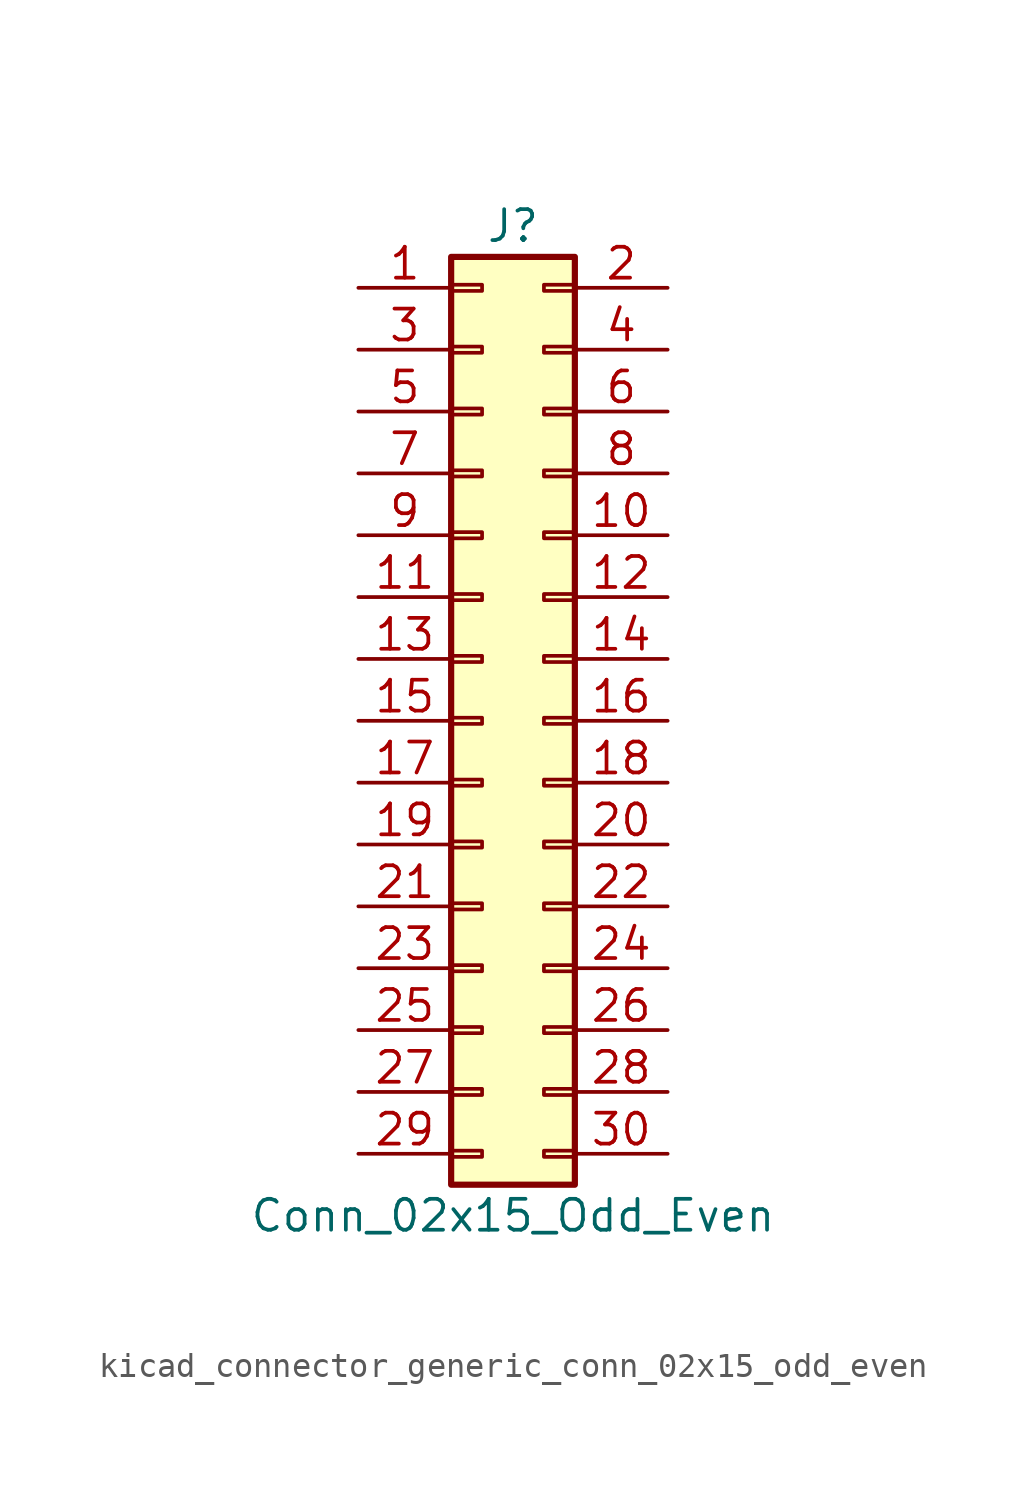
<source format=kicad_sym>
(kicad_symbol_lib
  (version 20220914)
  (generator kicad_symbol_editor)
  (symbol "kicad_connector_generic_conn_02x15_odd_even"
    (pin_names
      (offset 1.016) hide)
    (property "Reference" "J"
      (at 1.27 20.32 0)
      (effects (font (size 1.27 1.27))))
    (property "Value" "Conn_02x15_Odd_Even"
      (at 1.27 -20.32 0)
      (effects (font (size 1.27 1.27))))
    (symbol "kicad_connector_generic_conn_02x15_odd_even_1_1"
      (rectangle (start -1.27 -17.653) (end 0 -17.907) (stroke (width 0.152) (type default)) (fill (type none)))
      (rectangle (start -1.27 -15.113) (end 0 -15.367) (stroke (width 0.152) (type default)) (fill (type none)))
      (rectangle (start -1.27 -12.573) (end 0 -12.827) (stroke (width 0.152) (type default)) (fill (type none)))
      (rectangle (start -1.27 -10.033) (end 0 -10.287) (stroke (width 0.152) (type default)) (fill (type none)))
      (rectangle (start -1.27 -7.493) (end 0 -7.747) (stroke (width 0.152) (type default)) (fill (type none)))
      (rectangle (start -1.27 -4.953) (end 0 -5.207) (stroke (width 0.152) (type default)) (fill (type none)))
      (rectangle (start -1.27 -2.413) (end 0 -2.667) (stroke (width 0.152) (type default)) (fill (type none)))
      (rectangle (start -1.27 0.127) (end 0 -0.127) (stroke (width 0.152) (type default)) (fill (type none)))
      (rectangle (start -1.27 2.667) (end 0 2.413) (stroke (width 0.152) (type default)) (fill (type none)))
      (rectangle (start -1.27 5.207) (end 0 4.953) (stroke (width 0.152) (type default)) (fill (type none)))
      (rectangle (start -1.27 7.747) (end 0 7.493) (stroke (width 0.152) (type default)) (fill (type none)))
      (rectangle (start -1.27 10.287) (end 0 10.033) (stroke (width 0.152) (type default)) (fill (type none)))
      (rectangle (start -1.27 12.827) (end 0 12.573) (stroke (width 0.152) (type default)) (fill (type none)))
      (rectangle (start -1.27 15.367) (end 0 15.113) (stroke (width 0.152) (type default)) (fill (type none)))
      (rectangle (start -1.27 17.907) (end 0 17.653) (stroke (width 0.152) (type default)) (fill (type none)))
      (rectangle (start -1.27 19.05) (end 3.81 -19.05) (stroke (width 0.254) (type default)) (fill (type background)))
      (rectangle (start 3.81 -17.653) (end 2.54 -17.907) (stroke (width 0.152) (type default)) (fill (type none)))
      (rectangle (start 3.81 -15.113) (end 2.54 -15.367) (stroke (width 0.152) (type default)) (fill (type none)))
      (rectangle (start 3.81 -12.573) (end 2.54 -12.827) (stroke (width 0.152) (type default)) (fill (type none)))
      (rectangle (start 3.81 -10.033) (end 2.54 -10.287) (stroke (width 0.152) (type default)) (fill (type none)))
      (rectangle (start 3.81 -7.493) (end 2.54 -7.747) (stroke (width 0.152) (type default)) (fill (type none)))
      (rectangle (start 3.81 -4.953) (end 2.54 -5.207) (stroke (width 0.152) (type default)) (fill (type none)))
      (rectangle (start 3.81 -2.413) (end 2.54 -2.667) (stroke (width 0.152) (type default)) (fill (type none)))
      (rectangle (start 3.81 0.127) (end 2.54 -0.127) (stroke (width 0.152) (type default)) (fill (type none)))
      (rectangle (start 3.81 2.667) (end 2.54 2.413) (stroke (width 0.152) (type default)) (fill (type none)))
      (rectangle (start 3.81 5.207) (end 2.54 4.953) (stroke (width 0.152) (type default)) (fill (type none)))
      (rectangle (start 3.81 7.747) (end 2.54 7.493) (stroke (width 0.152) (type default)) (fill (type none)))
      (rectangle (start 3.81 10.287) (end 2.54 10.033) (stroke (width 0.152) (type default)) (fill (type none)))
      (rectangle (start 3.81 12.827) (end 2.54 12.573) (stroke (width 0.152) (type default)) (fill (type none)))
      (rectangle (start 3.81 15.367) (end 2.54 15.113) (stroke (width 0.152) (type default)) (fill (type none)))
      (rectangle (start 3.81 17.907) (end 2.54 17.653) (stroke (width 0.152) (type default)) (fill (type none)))
      (pin passive line (at -5.08 17.78 0) (length 3.81) (name "Pin_1" (effects (font (size 1.27 1.27)))) (number "1" (effects (font (size 1.27 1.27)))))
      (pin passive line (at 7.62 7.62 180) (length 3.81) (name "Pin_10" (effects (font (size 1.27 1.27)))) (number "10" (effects (font (size 1.27 1.27)))))
      (pin passive line (at -5.08 5.08 0) (length 3.81) (name "Pin_11" (effects (font (size 1.27 1.27)))) (number "11" (effects (font (size 1.27 1.27)))))
      (pin passive line (at 7.62 5.08 180) (length 3.81) (name "Pin_12" (effects (font (size 1.27 1.27)))) (number "12" (effects (font (size 1.27 1.27)))))
      (pin passive line (at -5.08 2.54 0) (length 3.81) (name "Pin_13" (effects (font (size 1.27 1.27)))) (number "13" (effects (font (size 1.27 1.27)))))
      (pin passive line (at 7.62 2.54 180) (length 3.81) (name "Pin_14" (effects (font (size 1.27 1.27)))) (number "14" (effects (font (size 1.27 1.27)))))
      (pin passive line (at -5.08 0 0) (length 3.81) (name "Pin_15" (effects (font (size 1.27 1.27)))) (number "15" (effects (font (size 1.27 1.27)))))
      (pin passive line (at 7.62 0 180) (length 3.81) (name "Pin_16" (effects (font (size 1.27 1.27)))) (number "16" (effects (font (size 1.27 1.27)))))
      (pin passive line (at -5.08 -2.54 0) (length 3.81) (name "Pin_17" (effects (font (size 1.27 1.27)))) (number "17" (effects (font (size 1.27 1.27)))))
      (pin passive line (at 7.62 -2.54 180) (length 3.81) (name "Pin_18" (effects (font (size 1.27 1.27)))) (number "18" (effects (font (size 1.27 1.27)))))
      (pin passive line (at -5.08 -5.08 0) (length 3.81) (name "Pin_19" (effects (font (size 1.27 1.27)))) (number "19" (effects (font (size 1.27 1.27)))))
      (pin passive line (at 7.62 17.78 180) (length 3.81) (name "Pin_2" (effects (font (size 1.27 1.27)))) (number "2" (effects (font (size 1.27 1.27)))))
      (pin passive line (at 7.62 -5.08 180) (length 3.81) (name "Pin_20" (effects (font (size 1.27 1.27)))) (number "20" (effects (font (size 1.27 1.27)))))
      (pin passive line (at -5.08 -7.62 0) (length 3.81) (name "Pin_21" (effects (font (size 1.27 1.27)))) (number "21" (effects (font (size 1.27 1.27)))))
      (pin passive line (at 7.62 -7.62 180) (length 3.81) (name "Pin_22" (effects (font (size 1.27 1.27)))) (number "22" (effects (font (size 1.27 1.27)))))
      (pin passive line (at -5.08 -10.16 0) (length 3.81) (name "Pin_23" (effects (font (size 1.27 1.27)))) (number "23" (effects (font (size 1.27 1.27)))))
      (pin passive line (at 7.62 -10.16 180) (length 3.81) (name "Pin_24" (effects (font (size 1.27 1.27)))) (number "24" (effects (font (size 1.27 1.27)))))
      (pin passive line (at -5.08 -12.7 0) (length 3.81) (name "Pin_25" (effects (font (size 1.27 1.27)))) (number "25" (effects (font (size 1.27 1.27)))))
      (pin passive line (at 7.62 -12.7 180) (length 3.81) (name "Pin_26" (effects (font (size 1.27 1.27)))) (number "26" (effects (font (size 1.27 1.27)))))
      (pin passive line (at -5.08 -15.24 0) (length 3.81) (name "Pin_27" (effects (font (size 1.27 1.27)))) (number "27" (effects (font (size 1.27 1.27)))))
      (pin passive line (at 7.62 -15.24 180) (length 3.81) (name "Pin_28" (effects (font (size 1.27 1.27)))) (number "28" (effects (font (size 1.27 1.27)))))
      (pin passive line (at -5.08 -17.78 0) (length 3.81) (name "Pin_29" (effects (font (size 1.27 1.27)))) (number "29" (effects (font (size 1.27 1.27)))))
      (pin passive line (at -5.08 15.24 0) (length 3.81) (name "Pin_3" (effects (font (size 1.27 1.27)))) (number "3" (effects (font (size 1.27 1.27)))))
      (pin passive line (at 7.62 -17.78 180) (length 3.81) (name "Pin_30" (effects (font (size 1.27 1.27)))) (number "30" (effects (font (size 1.27 1.27)))))
      (pin passive line (at 7.62 15.24 180) (length 3.81) (name "Pin_4" (effects (font (size 1.27 1.27)))) (number "4" (effects (font (size 1.27 1.27)))))
      (pin passive line (at -5.08 12.7 0) (length 3.81) (name "Pin_5" (effects (font (size 1.27 1.27)))) (number "5" (effects (font (size 1.27 1.27)))))
      (pin passive line (at 7.62 12.7 180) (length 3.81) (name "Pin_6" (effects (font (size 1.27 1.27)))) (number "6" (effects (font (size 1.27 1.27)))))
      (pin passive line (at -5.08 10.16 0) (length 3.81) (name "Pin_7" (effects (font (size 1.27 1.27)))) (number "7" (effects (font (size 1.27 1.27)))))
      (pin passive line (at 7.62 10.16 180) (length 3.81) (name "Pin_8" (effects (font (size 1.27 1.27)))) (number "8" (effects (font (size 1.27 1.27)))))
      (pin passive line (at -5.08 7.62 0) (length 3.81) (name "Pin_9" (effects (font (size 1.27 1.27)))) (number "9" (effects (font (size 1.27 1.27))))))))
</source>
